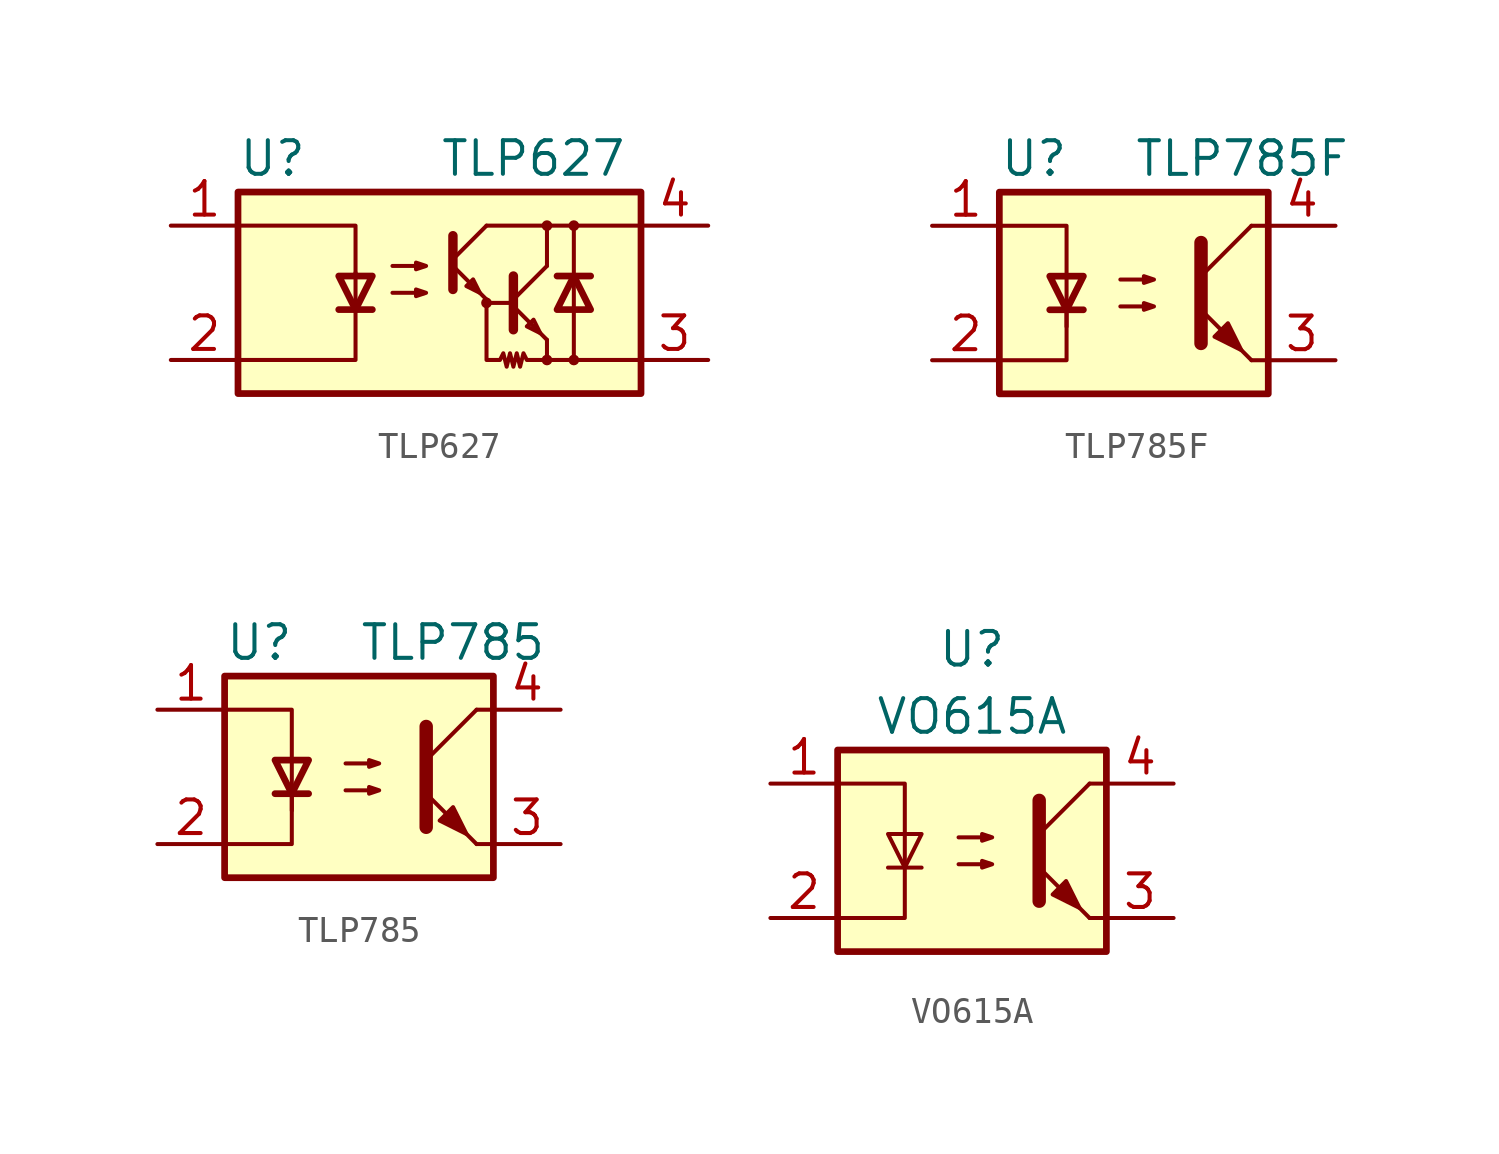
<source format=kicad_sym>
(kicad_symbol_lib
  (version 20241209)
  (generator "kicad_symbol_editor")
  (generator_version "9.0")
  (symbol "TLP627"
    (pin_names
      (offset 1.016))
    (property "Reference" "U"
      (at -7.62 5.08 0)
      (effects (font (size 1.27 1.27)) (justify left)))
    (property "Value" "TLP627"
      (at 0 5.08 0)
      (effects (font (size 1.27 1.27)) (justify left)))
    (symbol "TLP627_0_1"
      (rectangle (start -7.62 3.81) (end 7.62 -3.81) (stroke (width 0.254) (type default)) (fill (type background)))
      (polyline (pts (xy -7.62 2.54) (xy -3.175 2.54) (xy -3.175 0.635)) (stroke (width 0) (type default)) (fill (type none)))
      (polyline (pts (xy -3.81 -0.635) (xy -2.54 -0.635)) (stroke (width 0.254) (type default)) (fill (type none)))
      (polyline (pts (xy -3.175 0.762) (xy -3.175 -2.54) (xy -7.62 -2.54)) (stroke (width 0) (type default)) (fill (type none)))
      (polyline (pts (xy -3.175 -0.635) (xy -3.81 0.635) (xy -2.54 0.635) (xy -3.175 -0.635)) (stroke (width 0.254) (type default)) (fill (type none)))
      (polyline (pts (xy -1.778 1.016) (xy -0.508 1.016) (xy -0.889 0.889) (xy -0.889 1.143) (xy -0.508 1.016)) (stroke (width 0) (type default)) (fill (type none)))
      (polyline (pts (xy -1.778 0) (xy -0.508 0) (xy -0.889 -0.127) (xy -0.889 0.127) (xy -0.508 0)) (stroke (width 0) (type default)) (fill (type none)))
      (polyline (pts (xy 0.508 2.159) (xy 0.508 0.127)) (stroke (width 0.356) (type default)) (fill (type none)))
      (polyline (pts (xy 0.508 1.27) (xy 1.778 2.54)) (stroke (width 0) (type default)) (fill (type none)))
      (polyline (pts (xy 0.508 1.016) (xy 1.778 -0.254)) (stroke (width 0) (type default)) (fill (type none)))
      (polyline (pts (xy 1.524 0) (xy 1.27 0.508) (xy 1.016 0.254) (xy 1.524 0)) (stroke (width 0) (type default)) (fill (type none)))
      (polyline (pts (xy 1.778 2.54) (xy 7.62 2.54)) (stroke (width 0) (type default)) (fill (type none)))
      (polyline (pts (xy 1.778 -0.254) (xy 1.778 -2.54) (xy 2.286 -2.54) (xy 2.413 -2.286) (xy 2.54 -2.794) (xy 2.667 -2.286) (xy 2.794 -2.794) (xy 2.921 -2.286) (xy 3.048 -2.794) (xy 3.175 -2.286) (xy 3.302 -2.54) (xy 4.064 -2.54)) (stroke (width 0) (type default)) (fill (type none)))
      (circle (center 1.778 -0.381) (radius 0.127) (stroke (width 0) (type default)) (fill (type none)))
      (polyline (pts (xy 2.794 0.635) (xy 2.794 -1.397) (xy 2.794 -1.397)) (stroke (width 0.356) (type default)) (fill (type none)))
      (polyline (pts (xy 2.794 -0.254) (xy 4.064 1.016)) (stroke (width 0) (type default)) (fill (type none)))
      (polyline (pts (xy 2.794 -0.381) (xy 1.778 -0.381)) (stroke (width 0) (type default)) (fill (type none)))
      (polyline (pts (xy 2.794 -0.508) (xy 4.064 -1.778)) (stroke (width 0) (type default)) (fill (type none)))
      (polyline (pts (xy 3.81 -1.524) (xy 3.556 -1.016) (xy 3.302 -1.27) (xy 3.81 -1.524)) (stroke (width 0) (type default)) (fill (type none)))
      (circle (center 4.064 2.54) (radius 0.127) (stroke (width 0) (type default)) (fill (type none)))
      (polyline (pts (xy 4.064 1.016) (xy 4.064 2.54)) (stroke (width 0) (type default)) (fill (type none)))
      (polyline (pts (xy 4.064 -1.778) (xy 4.064 -2.54)) (stroke (width 0) (type default)) (fill (type none)))
      (polyline (pts (xy 4.064 -2.54) (xy 7.62 -2.54)) (stroke (width 0) (type default)) (fill (type none)))
      (circle (center 4.064 -2.54) (radius 0.127) (stroke (width 0) (type default)) (fill (type none)))
      (polyline (pts (xy 4.445 0.635) (xy 5.715 0.635)) (stroke (width 0.254) (type default)) (fill (type none)))
      (circle (center 5.08 2.54) (radius 0.127) (stroke (width 0) (type default)) (fill (type none)))
      (polyline (pts (xy 5.08 0.635) (xy 4.445 -0.635) (xy 5.715 -0.635) (xy 5.08 0.635)) (stroke (width 0.254) (type default)) (fill (type none)))
      (polyline (pts (xy 5.08 -0.635) (xy 5.08 2.54)) (stroke (width 0) (type default)) (fill (type none)))
      (polyline (pts (xy 5.08 -0.635) (xy 5.08 -2.54)) (stroke (width 0) (type default)) (fill (type none)))
      (circle (center 5.08 -2.54) (radius 0.127) (stroke (width 0) (type default)) (fill (type none))))
    (symbol "TLP627_1_1"
      (pin passive line (at -10.16 2.54 0) (length 2.54) (name "~" (effects (font (size 1.27 1.27)))) (number "1" (effects (font (size 1.27 1.27)))))
      (pin passive line (at -10.16 -2.54 0) (length 2.54) (name "~" (effects (font (size 1.27 1.27)))) (number "2" (effects (font (size 1.27 1.27)))))
      (pin passive line (at 10.16 2.54 180) (length 2.54) (name "~" (effects (font (size 1.27 1.27)))) (number "4" (effects (font (size 1.27 1.27)))))
      (pin passive line (at 10.16 -2.54 180) (length 2.54) (name "~" (effects (font (size 1.27 1.27)))) (number "3" (effects (font (size 1.27 1.27)))))))
  (symbol "TLP785F"
    (pin_names
      (offset 1.016))
    (property "Reference" "U"
      (at -5.08 5.08 0)
      (effects (font (size 1.27 1.27)) (justify left)))
    (property "Value" "TLP785F"
      (at 0 5.08 0)
      (effects (font (size 1.27 1.27)) (justify left)))
    (symbol "TLP785F_0_1"
      (rectangle (start -5.08 3.81) (end 5.08 -3.81) (stroke (width 0.254) (type default)) (fill (type background)))
      (polyline (pts (xy -5.08 2.54) (xy -2.54 2.54) (xy -2.54 -1.27) (xy -2.54 0.635)) (stroke (width 0) (type default)) (fill (type none)))
      (polyline (pts (xy -3.175 -0.635) (xy -1.905 -0.635)) (stroke (width 0.254) (type default)) (fill (type none)))
      (polyline (pts (xy -2.54 -0.635) (xy -2.54 -2.54) (xy -5.08 -2.54)) (stroke (width 0) (type default)) (fill (type none)))
      (polyline (pts (xy -2.54 -0.635) (xy -3.175 0.635) (xy -1.905 0.635) (xy -2.54 -0.635)) (stroke (width 0.254) (type default)) (fill (type none)))
      (polyline (pts (xy -0.508 0.508) (xy 0.762 0.508) (xy 0.381 0.381) (xy 0.381 0.635) (xy 0.762 0.508)) (stroke (width 0) (type default)) (fill (type none)))
      (polyline (pts (xy -0.508 -0.508) (xy 0.762 -0.508) (xy 0.381 -0.635) (xy 0.381 -0.381) (xy 0.762 -0.508)) (stroke (width 0) (type default)) (fill (type none)))
      (polyline (pts (xy 2.54 1.905) (xy 2.54 -1.905) (xy 2.54 -1.905)) (stroke (width 0.508) (type default)) (fill (type none)))
      (polyline (pts (xy 2.54 0.635) (xy 4.445 2.54)) (stroke (width 0) (type default)) (fill (type none)))
      (polyline (pts (xy 3.048 -1.651) (xy 3.556 -1.143) (xy 4.064 -2.159) (xy 3.048 -1.651) (xy 3.048 -1.651)) (stroke (width 0) (type default)) (fill (type outline)))
      (polyline (pts (xy 4.445 2.54) (xy 5.08 2.54)) (stroke (width 0) (type default)) (fill (type none)))
      (polyline (pts (xy 4.445 -2.54) (xy 2.54 -0.635)) (stroke (width 0) (type default)) (fill (type outline)))
      (polyline (pts (xy 4.445 -2.54) (xy 5.08 -2.54)) (stroke (width 0) (type default)) (fill (type none))))
    (symbol "TLP785F_1_1"
      (pin passive line (at -7.62 2.54 0) (length 2.54) (name "~" (effects (font (size 1.27 1.27)))) (number "1" (effects (font (size 1.27 1.27)))))
      (pin passive line (at -7.62 -2.54 0) (length 2.54) (name "~" (effects (font (size 1.27 1.27)))) (number "2" (effects (font (size 1.27 1.27)))))
      (pin passive line (at 7.62 2.54 180) (length 2.54) (name "~" (effects (font (size 1.27 1.27)))) (number "4" (effects (font (size 1.27 1.27)))))
      (pin passive line (at 7.62 -2.54 180) (length 2.54) (name "~" (effects (font (size 1.27 1.27)))) (number "3" (effects (font (size 1.27 1.27)))))))
  (symbol "TLP785"
    (pin_names
      (offset 1.016))
    (property "Reference" "U"
      (at -5.08 5.08 0)
      (effects (font (size 1.27 1.27)) (justify left)))
    (property "Value" "TLP785"
      (at 0 5.08 0)
      (effects (font (size 1.27 1.27)) (justify left)))
    (symbol "TLP785_0_1"
      (rectangle (start -5.08 3.81) (end 5.08 -3.81) (stroke (width 0.254) (type default)) (fill (type background)))
      (polyline (pts (xy -5.08 2.54) (xy -2.54 2.54) (xy -2.54 -1.27) (xy -2.54 0.635)) (stroke (width 0) (type default)) (fill (type none)))
      (polyline (pts (xy -3.175 -0.635) (xy -1.905 -0.635)) (stroke (width 0.254) (type default)) (fill (type none)))
      (polyline (pts (xy -2.54 -0.635) (xy -2.54 -2.54) (xy -5.08 -2.54)) (stroke (width 0) (type default)) (fill (type none)))
      (polyline (pts (xy -2.54 -0.635) (xy -3.175 0.635) (xy -1.905 0.635) (xy -2.54 -0.635)) (stroke (width 0.254) (type default)) (fill (type none)))
      (polyline (pts (xy -0.508 0.508) (xy 0.762 0.508) (xy 0.381 0.381) (xy 0.381 0.635) (xy 0.762 0.508)) (stroke (width 0) (type default)) (fill (type none)))
      (polyline (pts (xy -0.508 -0.508) (xy 0.762 -0.508) (xy 0.381 -0.635) (xy 0.381 -0.381) (xy 0.762 -0.508)) (stroke (width 0) (type default)) (fill (type none)))
      (polyline (pts (xy 2.54 1.905) (xy 2.54 -1.905) (xy 2.54 -1.905)) (stroke (width 0.508) (type default)) (fill (type none)))
      (polyline (pts (xy 2.54 0.635) (xy 4.445 2.54)) (stroke (width 0) (type default)) (fill (type none)))
      (polyline (pts (xy 3.048 -1.651) (xy 3.556 -1.143) (xy 4.064 -2.159) (xy 3.048 -1.651) (xy 3.048 -1.651)) (stroke (width 0) (type default)) (fill (type outline)))
      (polyline (pts (xy 4.445 2.54) (xy 5.08 2.54)) (stroke (width 0) (type default)) (fill (type none)))
      (polyline (pts (xy 4.445 -2.54) (xy 2.54 -0.635)) (stroke (width 0) (type default)) (fill (type outline)))
      (polyline (pts (xy 4.445 -2.54) (xy 5.08 -2.54)) (stroke (width 0) (type default)) (fill (type none))))
    (symbol "TLP785_1_1"
      (pin passive line (at -7.62 2.54 0) (length 2.54) (name "~" (effects (font (size 1.27 1.27)))) (number "1" (effects (font (size 1.27 1.27)))))
      (pin passive line (at -7.62 -2.54 0) (length 2.54) (name "~" (effects (font (size 1.27 1.27)))) (number "2" (effects (font (size 1.27 1.27)))))
      (pin passive line (at 7.62 2.54 180) (length 2.54) (name "~" (effects (font (size 1.27 1.27)))) (number "4" (effects (font (size 1.27 1.27)))))
      (pin passive line (at 7.62 -2.54 180) (length 2.54) (name "~" (effects (font (size 1.27 1.27)))) (number "3" (effects (font (size 1.27 1.27)))))))
  (symbol "VO615A"
    (pin_names
      (offset 0.762))
    (property "Reference" "U"
      (at 0 7.62 0)
      (effects (font (size 1.27 1.27))))
    (property "Value" "VO615A"
      (at 0 5.08 0)
      (effects (font (size 1.27 1.27))))
    (symbol "VO615A_0_1"
      (rectangle (start -5.08 3.81) (end 5.08 -3.81) (stroke (width 0.254) (type default)) (fill (type background)))
      (polyline (pts (xy -5.08 2.54) (xy -2.54 2.54) (xy -2.54 -2.54) (xy -5.08 -2.54)) (stroke (width 0) (type default)) (fill (type none)))
      (polyline (pts (xy -3.175 -0.635) (xy -1.905 -0.635)) (stroke (width 0) (type default)) (fill (type none)))
      (polyline (pts (xy -2.54 -0.635) (xy -3.175 0.635) (xy -1.905 0.635) (xy -2.54 -0.635)) (stroke (width 0) (type default)) (fill (type none)))
      (polyline (pts (xy -0.508 0.508) (xy 0.762 0.508) (xy 0.381 0.381) (xy 0.381 0.635) (xy 0.762 0.508)) (stroke (width 0) (type default)) (fill (type none)))
      (polyline (pts (xy -0.508 -0.508) (xy 0.762 -0.508) (xy 0.381 -0.635) (xy 0.381 -0.381) (xy 0.762 -0.508)) (stroke (width 0) (type default)) (fill (type none)))
      (polyline (pts (xy 2.54 1.905) (xy 2.54 -1.905) (xy 2.54 -1.905)) (stroke (width 0.508) (type default)) (fill (type none)))
      (polyline (pts (xy 2.54 0.635) (xy 4.445 2.54)) (stroke (width 0) (type default)) (fill (type none)))
      (polyline (pts (xy 3.048 -1.651) (xy 3.556 -1.143) (xy 4.064 -2.159) (xy 3.048 -1.651) (xy 3.048 -1.651)) (stroke (width 0) (type default)) (fill (type outline)))
      (polyline (pts (xy 4.445 2.54) (xy 5.08 2.54)) (stroke (width 0) (type default)) (fill (type none)))
      (polyline (pts (xy 4.445 -2.54) (xy 2.54 -0.635)) (stroke (width 0) (type default)) (fill (type outline)))
      (polyline (pts (xy 4.445 -2.54) (xy 5.08 -2.54)) (stroke (width 0) (type default)) (fill (type none))))
    (symbol "VO615A_1_1"
      (pin passive line (at -7.62 2.54 0) (length 2.54) (name "~" (effects (font (size 1.27 1.27)))) (number "1" (effects (font (size 1.27 1.27)))))
      (pin passive line (at -7.62 -2.54 0) (length 2.54) (name "~" (effects (font (size 1.27 1.27)))) (number "2" (effects (font (size 1.27 1.27)))))
      (pin passive line (at 7.62 2.54 180) (length 2.54) (name "~" (effects (font (size 1.27 1.27)))) (number "4" (effects (font (size 1.27 1.27)))))
      (pin passive line (at 7.62 -2.54 180) (length 2.54) (name "~" (effects (font (size 1.27 1.27)))) (number "3" (effects (font (size 1.27 1.27))))))))
</source>
